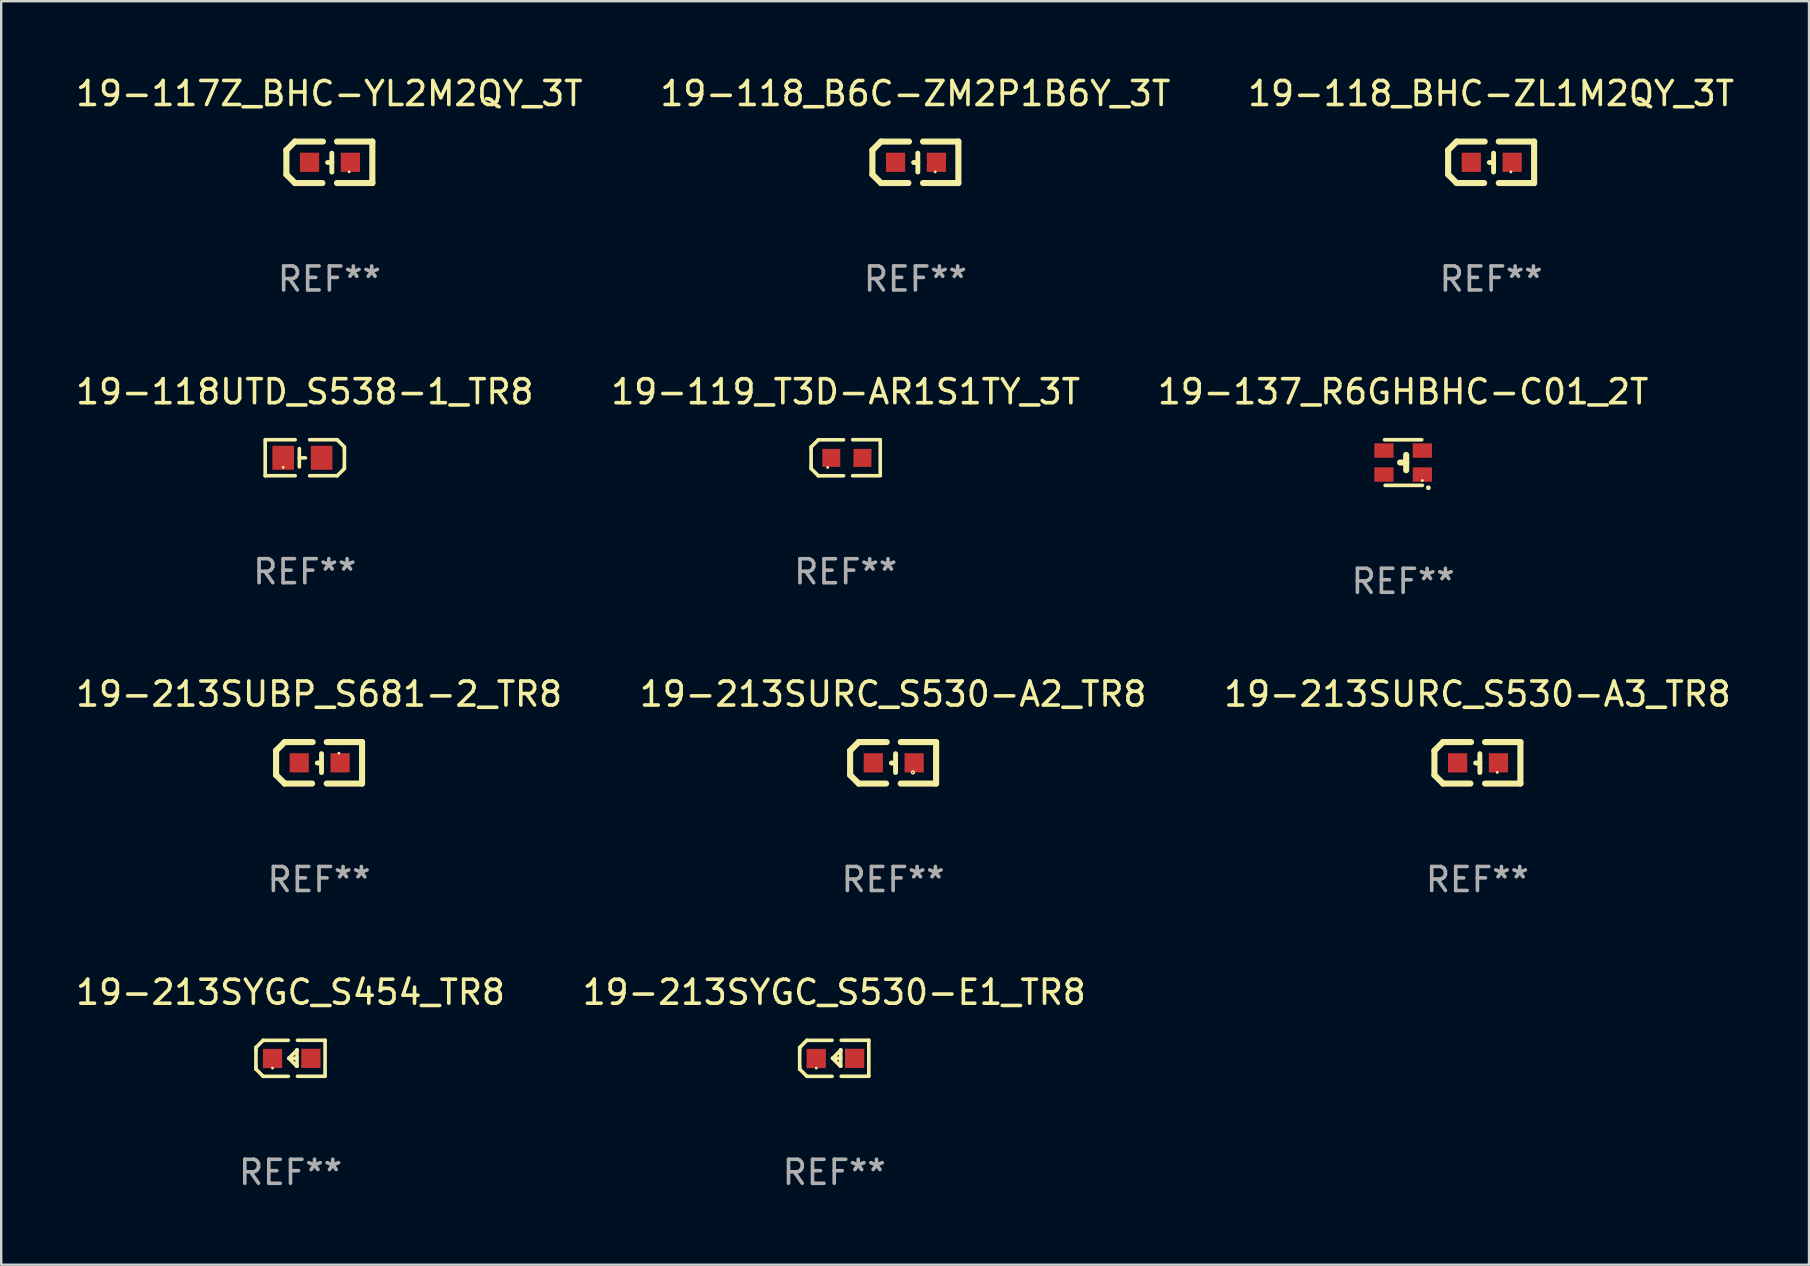
<source format=kicad_pcb>
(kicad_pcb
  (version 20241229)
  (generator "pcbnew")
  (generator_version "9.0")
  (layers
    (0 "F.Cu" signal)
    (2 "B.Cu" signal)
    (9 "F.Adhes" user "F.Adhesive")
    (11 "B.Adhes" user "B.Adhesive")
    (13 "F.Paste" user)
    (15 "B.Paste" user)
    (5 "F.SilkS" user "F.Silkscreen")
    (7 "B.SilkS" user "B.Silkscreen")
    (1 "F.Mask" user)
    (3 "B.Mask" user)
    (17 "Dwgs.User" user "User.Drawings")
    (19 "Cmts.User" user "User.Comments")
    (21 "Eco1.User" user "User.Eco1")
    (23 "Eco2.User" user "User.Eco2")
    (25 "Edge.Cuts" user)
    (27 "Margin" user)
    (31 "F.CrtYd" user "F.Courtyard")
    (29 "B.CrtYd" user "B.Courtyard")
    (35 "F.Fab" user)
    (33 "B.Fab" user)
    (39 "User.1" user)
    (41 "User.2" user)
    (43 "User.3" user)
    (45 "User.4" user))
  (footprint "19-118_B6C-ZM2P1B6Y_3T"
    (layer "F.Cu")
    (at 35.089 3.712)
    (property "Reference" "19-118_B6C-ZM2P1B6Y_3T" (at 0 -2.864 0) (layer "F.SilkS") (effects (font (size 1 1) (thickness 0.15))))
    (attr through_hole)
    (fp_line (start -1.791 -0.508) (end -1.435 -0.864) (stroke (width 0.254) (type solid)) (layer "F.SilkS"))
    (fp_line (start -1.791 0.508) (end -1.791 -0.508) (stroke (width 0.254) (type solid)) (layer "F.SilkS"))
    (fp_line (start -1.435 0.864) (end -1.791 0.508) (stroke (width 0.254) (type solid)) (layer "F.SilkS"))
    (fp_line (start -0.292 0.864) (end -1.435 0.864) (stroke (width 0.254) (type solid)) (layer "F.SilkS"))
    (fp_line (start -0.267 -0.864) (end -1.435 -0.864) (stroke (width 0.254) (type solid)) (layer "F.SilkS"))
    (fp_line (start 0.102 0.008) (end -0.074 0.008) (stroke (width 0.203) (type solid)) (layer "F.SilkS"))
    (fp_line (start 0.102 0.406) (end 0.102 -0.381) (stroke (width 0.203) (type solid)) (layer "F.SilkS"))
    (fp_line (start 1.791 -0.864) (end 0.318 -0.864) (stroke (width 0.254) (type solid)) (layer "F.SilkS"))
    (fp_line (start 1.791 0.864) (end 0.318 0.864) (stroke (width 0.254) (type solid)) (layer "F.SilkS"))
    (fp_line (start 1.791 0.864) (end 1.791 -0.864) (stroke (width 0.254) (type solid)) (layer "F.SilkS"))
    (fp_circle (center 0.825 0.4) (end 0.855 0.4) (stroke (width 0.06) (type solid)) (fill no) (layer "F.SilkS"))
    (fp_text user "REF**" (at 0 4.864 0) (layer "F.Fab") (effects (font (size 1 1) (thickness 0.15))))
    (pad "1" smd rect (at 0.876 0 90) (size 0.8 0.8) (layers "F.Cu" "F.Mask" "F.Paste"))
    (pad "2" smd rect (at -0.826 0 90) (size 0.8 0.8) (layers "F.Cu" "F.Mask" "F.Paste")))
  (footprint "19-119_T3D-AR1S1TY_3T"
    (layer "F.Cu")
    (at 32.185 16.023)
    (property "Reference" "19-119_T3D-AR1S1TY_3T" (at 0 -2.751 0) (layer "F.SilkS") (effects (font (size 1 1) (thickness 0.15))))
    (attr through_hole)
    (fp_line (start -1.44 -0.449) (end -1.14 -0.749) (stroke (width 0.15) (type solid)) (layer "F.SilkS"))
    (fp_line (start -1.44 -0.349) (end -1.44 -0.449) (stroke (width 0.15) (type solid)) (layer "F.SilkS"))
    (fp_line (start -1.44 -0.349) (end -1.44 0.351) (stroke (width 0.15) (type solid)) (layer "F.SilkS"))
    (fp_line (start -1.44 0.351) (end -1.44 0.451) (stroke (width 0.15) (type solid)) (layer "F.SilkS"))
    (fp_line (start -1.44 0.451) (end -1.14 0.751) (stroke (width 0.15) (type solid)) (layer "F.SilkS"))
    (fp_line (start -0.09 -0.749) (end -1.14 -0.749) (stroke (width 0.15) (type solid)) (layer "F.SilkS"))
    (fp_line (start -0.09 0.751) (end -1.14 0.751) (stroke (width 0.15) (type solid)) (layer "F.SilkS"))
    (fp_line (start 0.29 -0.751) (end 1.44 -0.751) (stroke (width 0.15) (type solid)) (layer "F.SilkS"))
    (fp_line (start 0.29 0.749) (end 1.44 0.749) (stroke (width 0.15) (type solid)) (layer "F.SilkS"))
    (fp_line (start 1.44 -0.751) (end 1.44 0.729) (stroke (width 0.15) (type solid)) (layer "F.SilkS"))
    (fp_circle (center -0.75 0.405) (end -0.72 0.405) (stroke (width 0.06) (type solid)) (fill no) (layer "F.SilkS"))
    (fp_text user "REF**" (at 0 4.751 0) (layer "F.Fab") (effects (font (size 1 1) (thickness 0.15))))
    (pad "1" smd rect (at -0.601 0.005 90) (size 0.75 0.75) (layers "F.Cu" "F.Mask" "F.Paste"))
    (pad "2" smd rect (at 0.699 0.005 90) (size 0.75 0.75) (layers "F.Cu" "F.Mask" "F.Paste")))
  (footprint "19-213SYGC_S454_TR8"
    (layer "F.Cu")
    (at 9.054 41.043)
    (property "Reference" "19-213SYGC_S454_TR8" (at 0 -2.751 0) (layer "F.SilkS") (effects (font (size 1 1) (thickness 0.15))))
    (attr through_hole)
    (fp_line (start -1.44 -0.449) (end -1.14 -0.749) (stroke (width 0.15) (type solid)) (layer "F.SilkS"))
    (fp_line (start -1.44 -0.349) (end -1.44 -0.449) (stroke (width 0.15) (type solid)) (layer "F.SilkS"))
    (fp_line (start -1.44 -0.349) (end -1.44 0.351) (stroke (width 0.15) (type solid)) (layer "F.SilkS"))
    (fp_line (start -1.44 0.351) (end -1.44 0.451) (stroke (width 0.15) (type solid)) (layer "F.SilkS"))
    (fp_line (start -1.44 0.451) (end -1.14 0.751) (stroke (width 0.15) (type solid)) (layer "F.SilkS"))
    (fp_line (start -0.09 -0.749) (end -1.14 -0.749) (stroke (width 0.15) (type solid)) (layer "F.SilkS"))
    (fp_line (start -0.09 0.751) (end -1.14 0.751) (stroke (width 0.15) (type solid)) (layer "F.SilkS"))
    (fp_line (start 0.26 0.329) (end -0.07 -0.001) (stroke (width 0.15) (type solid)) (layer "F.SilkS"))
    (fp_line (start 0.27 -0.351) (end 0.27 -0.341) (stroke (width 0.15) (type solid)) (layer "F.SilkS"))
    (fp_line (start 0.27 -0.351) (end 0.27 0.329) (stroke (width 0.15) (type solid)) (layer "F.SilkS"))
    (fp_line (start 0.27 -0.341) (end -0.07 -0.001) (stroke (width 0.15) (type solid)) (layer "F.SilkS"))
    (fp_line (start 0.27 -0.001) (end -0.07 -0.001) (stroke (width 0.15) (type solid)) (layer "F.SilkS"))
    (fp_line (start 0.27 0.329) (end 0.26 0.329) (stroke (width 0.15) (type solid)) (layer "F.SilkS"))
    (fp_line (start 0.29 -0.751) (end 1.44 -0.751) (stroke (width 0.15) (type solid)) (layer "F.SilkS"))
    (fp_line (start 0.29 0.749) (end 1.44 0.749) (stroke (width 0.15) (type solid)) (layer "F.SilkS"))
    (fp_line (start 1.44 -0.751) (end 1.44 0.729) (stroke (width 0.15) (type solid)) (layer "F.SilkS"))
    (fp_circle (center -0.75 0.409) (end -0.72 0.409) (stroke (width 0.06) (type solid)) (fill no) (layer "F.SilkS"))
    (fp_text user "REF**" (at 0 4.751 0) (layer "F.Fab") (effects (font (size 1 1) (thickness 0.15))))
    (pad "1" smd rect (at -0.75 0.009 90) (size 0.8 0.8) (layers "F.Cu" "F.Mask" "F.Paste"))
    (pad "2" smd rect (at 0.849 0.002 90) (size 0.8 0.8) (layers "F.Cu" "F.Mask" "F.Paste")))
  (footprint "19-213SUBP_S681-2_TR8"
    (layer "F.Cu")
    (at 10.244 28.732)
    (property "Reference" "19-213SUBP_S681-2_TR8" (at 0 -2.864 0) (layer "F.SilkS") (effects (font (size 1 1) (thickness 0.15))))
    (attr through_hole)
    (fp_line (start -1.791 -0.508) (end -1.435 -0.864) (stroke (width 0.254) (type solid)) (layer "F.SilkS"))
    (fp_line (start -1.791 0.508) (end -1.791 -0.508) (stroke (width 0.254) (type solid)) (layer "F.SilkS"))
    (fp_line (start -1.435 0.864) (end -1.791 0.508) (stroke (width 0.254) (type solid)) (layer "F.SilkS"))
    (fp_line (start -0.292 0.864) (end -1.435 0.864) (stroke (width 0.254) (type solid)) (layer "F.SilkS"))
    (fp_line (start -0.267 -0.864) (end -1.435 -0.864) (stroke (width 0.254) (type solid)) (layer "F.SilkS"))
    (fp_line (start 0.102 0.008) (end -0.074 0.008) (stroke (width 0.203) (type solid)) (layer "F.SilkS"))
    (fp_line (start 0.102 0.406) (end 0.102 -0.381) (stroke (width 0.203) (type solid)) (layer "F.SilkS"))
    (fp_line (start 1.791 -0.864) (end 0.318 -0.864) (stroke (width 0.254) (type solid)) (layer "F.SilkS"))
    (fp_line (start 1.791 0.864) (end 0.318 0.864) (stroke (width 0.254) (type solid)) (layer "F.SilkS"))
    (fp_line (start 1.791 0.864) (end 1.791 -0.864) (stroke (width 0.254) (type solid)) (layer "F.SilkS"))
    (fp_circle (center 0.825 -0.4) (end 0.855 -0.4) (stroke (width 0.06) (type solid)) (fill no) (layer "F.SilkS"))
    (fp_text user "REF**" (at 0 4.864 0) (layer "F.Fab") (effects (font (size 1 1) (thickness 0.15))))
    (pad "1" smd rect (at 0.876 0 90) (size 0.8 0.8) (layers "F.Cu" "F.Mask" "F.Paste"))
    (pad "2" smd rect (at -0.826 0 90) (size 0.8 0.8) (layers "F.Cu" "F.Mask" "F.Paste")))
  (footprint "19-118_BHC-ZL1M2QY_3T"
    (layer "F.Cu")
    (at 59.077 3.712)
    (property "Reference" "19-118_BHC-ZL1M2QY_3T" (at 0 -2.864 0) (layer "F.SilkS") (effects (font (size 1 1) (thickness 0.15))))
    (attr through_hole)
    (fp_line (start -1.791 -0.508) (end -1.435 -0.864) (stroke (width 0.254) (type solid)) (layer "F.SilkS"))
    (fp_line (start -1.791 0.508) (end -1.791 -0.508) (stroke (width 0.254) (type solid)) (layer "F.SilkS"))
    (fp_line (start -1.435 0.864) (end -1.791 0.508) (stroke (width 0.254) (type solid)) (layer "F.SilkS"))
    (fp_line (start -0.292 0.864) (end -1.435 0.864) (stroke (width 0.254) (type solid)) (layer "F.SilkS"))
    (fp_line (start -0.267 -0.864) (end -1.435 -0.864) (stroke (width 0.254) (type solid)) (layer "F.SilkS"))
    (fp_line (start 0.102 0.008) (end -0.074 0.008) (stroke (width 0.203) (type solid)) (layer "F.SilkS"))
    (fp_line (start 0.102 0.406) (end 0.102 -0.381) (stroke (width 0.203) (type solid)) (layer "F.SilkS"))
    (fp_line (start 1.791 -0.864) (end 0.318 -0.864) (stroke (width 0.254) (type solid)) (layer "F.SilkS"))
    (fp_line (start 1.791 0.864) (end 0.318 0.864) (stroke (width 0.254) (type solid)) (layer "F.SilkS"))
    (fp_line (start 1.791 0.864) (end 1.791 -0.864) (stroke (width 0.254) (type solid)) (layer "F.SilkS"))
    (fp_circle (center 0.825 0.4) (end 0.855 0.4) (stroke (width 0.06) (type solid)) (fill no) (layer "F.SilkS"))
    (fp_text user "REF**" (at 0 4.864 0) (layer "F.Fab") (effects (font (size 1 1) (thickness 0.15))))
    (pad "1" smd rect (at 0.876 0 90) (size 0.8 0.8) (layers "F.Cu" "F.Mask" "F.Paste"))
    (pad "2" smd rect (at -0.826 0 90) (size 0.8 0.8) (layers "F.Cu" "F.Mask" "F.Paste")))
  (footprint "19-213SURC_S530-A3_TR8"
    (layer "F.Cu")
    (at 58.506 28.732)
    (property "Reference" "19-213SURC_S530-A3_TR8" (at 0 -2.864 0) (layer "F.SilkS") (effects (font (size 1 1) (thickness 0.15))))
    (attr through_hole)
    (fp_line (start -1.791 -0.508) (end -1.435 -0.864) (stroke (width 0.254) (type solid)) (layer "F.SilkS"))
    (fp_line (start -1.791 0.508) (end -1.791 -0.508) (stroke (width 0.254) (type solid)) (layer "F.SilkS"))
    (fp_line (start -1.435 0.864) (end -1.791 0.508) (stroke (width 0.254) (type solid)) (layer "F.SilkS"))
    (fp_line (start -0.292 0.864) (end -1.435 0.864) (stroke (width 0.254) (type solid)) (layer "F.SilkS"))
    (fp_line (start -0.267 -0.864) (end -1.435 -0.864) (stroke (width 0.254) (type solid)) (layer "F.SilkS"))
    (fp_line (start 0.102 0.008) (end -0.074 0.008) (stroke (width 0.203) (type solid)) (layer "F.SilkS"))
    (fp_line (start 0.102 0.406) (end 0.102 -0.381) (stroke (width 0.203) (type solid)) (layer "F.SilkS"))
    (fp_line (start 1.791 -0.864) (end 0.318 -0.864) (stroke (width 0.254) (type solid)) (layer "F.SilkS"))
    (fp_line (start 1.791 0.864) (end 0.318 0.864) (stroke (width 0.254) (type solid)) (layer "F.SilkS"))
    (fp_line (start 1.791 0.864) (end 1.791 -0.864) (stroke (width 0.254) (type solid)) (layer "F.SilkS"))
    (fp_circle (center 0.825 0.4) (end 0.855 0.4) (stroke (width 0.06) (type solid)) (fill no) (layer "F.SilkS"))
    (fp_text user "REF**" (at 0 4.864 0) (layer "F.Fab") (effects (font (size 1 1) (thickness 0.15))))
    (pad "1" smd rect (at 0.876 0 90) (size 0.8 0.8) (layers "F.Cu" "F.Mask" "F.Paste"))
    (pad "2" smd rect (at -0.826 0 90) (size 0.8 0.8) (layers "F.Cu" "F.Mask" "F.Paste")))
  (footprint "19-213SYGC_S530-E1_TR8"
    (layer "F.Cu")
    (at 31.708 41.043)
    (property "Reference" "19-213SYGC_S530-E1_TR8" (at 0 -2.751 0) (layer "F.SilkS") (effects (font (size 1 1) (thickness 0.15))))
    (attr through_hole)
    (fp_line (start -1.44 -0.449) (end -1.14 -0.749) (stroke (width 0.15) (type solid)) (layer "F.SilkS"))
    (fp_line (start -1.44 -0.349) (end -1.44 -0.449) (stroke (width 0.15) (type solid)) (layer "F.SilkS"))
    (fp_line (start -1.44 -0.349) (end -1.44 0.351) (stroke (width 0.15) (type solid)) (layer "F.SilkS"))
    (fp_line (start -1.44 0.351) (end -1.44 0.451) (stroke (width 0.15) (type solid)) (layer "F.SilkS"))
    (fp_line (start -1.44 0.451) (end -1.14 0.751) (stroke (width 0.15) (type solid)) (layer "F.SilkS"))
    (fp_line (start -0.09 -0.749) (end -1.14 -0.749) (stroke (width 0.15) (type solid)) (layer "F.SilkS"))
    (fp_line (start -0.09 0.751) (end -1.14 0.751) (stroke (width 0.15) (type solid)) (layer "F.SilkS"))
    (fp_line (start 0.26 0.329) (end -0.07 -0.001) (stroke (width 0.15) (type solid)) (layer "F.SilkS"))
    (fp_line (start 0.27 -0.351) (end 0.27 -0.341) (stroke (width 0.15) (type solid)) (layer "F.SilkS"))
    (fp_line (start 0.27 -0.351) (end 0.27 0.329) (stroke (width 0.15) (type solid)) (layer "F.SilkS"))
    (fp_line (start 0.27 -0.341) (end -0.07 -0.001) (stroke (width 0.15) (type solid)) (layer "F.SilkS"))
    (fp_line (start 0.27 -0.001) (end -0.07 -0.001) (stroke (width 0.15) (type solid)) (layer "F.SilkS"))
    (fp_line (start 0.27 0.329) (end 0.26 0.329) (stroke (width 0.15) (type solid)) (layer "F.SilkS"))
    (fp_line (start 0.29 -0.751) (end 1.44 -0.751) (stroke (width 0.15) (type solid)) (layer "F.SilkS"))
    (fp_line (start 0.29 0.749) (end 1.44 0.749) (stroke (width 0.15) (type solid)) (layer "F.SilkS"))
    (fp_line (start 1.44 -0.751) (end 1.44 0.729) (stroke (width 0.15) (type solid)) (layer "F.SilkS"))
    (fp_circle (center -0.75 0.409) (end -0.72 0.409) (stroke (width 0.06) (type solid)) (fill no) (layer "F.SilkS"))
    (fp_text user "REF**" (at 0 4.751 0) (layer "F.Fab") (effects (font (size 1 1) (thickness 0.15))))
    (pad "1" smd rect (at -0.75 0.009 90) (size 0.8 0.8) (layers "F.Cu" "F.Mask" "F.Paste"))
    (pad "2" smd rect (at 0.849 0.002 90) (size 0.8 0.8) (layers "F.Cu" "F.Mask" "F.Paste")))
  (footprint "19-213SURC_S530-A2_TR8"
    (layer "F.Cu")
    (at 34.161 28.732)
    (property "Reference" "19-213SURC_S530-A2_TR8" (at 0 -2.864 0) (layer "F.SilkS") (effects (font (size 1 1) (thickness 0.15))))
    (attr through_hole)
    (fp_line (start -1.791 -0.508) (end -1.435 -0.864) (stroke (width 0.254) (type solid)) (layer "F.SilkS"))
    (fp_line (start -1.791 0.508) (end -1.791 -0.508) (stroke (width 0.254) (type solid)) (layer "F.SilkS"))
    (fp_line (start -1.435 0.864) (end -1.791 0.508) (stroke (width 0.254) (type solid)) (layer "F.SilkS"))
    (fp_line (start -0.292 0.864) (end -1.435 0.864) (stroke (width 0.254) (type solid)) (layer "F.SilkS"))
    (fp_line (start -0.267 -0.864) (end -1.435 -0.864) (stroke (width 0.254) (type solid)) (layer "F.SilkS"))
    (fp_line (start 0.102 0.008) (end -0.074 0.008) (stroke (width 0.203) (type solid)) (layer "F.SilkS"))
    (fp_line (start 0.102 0.406) (end 0.102 -0.381) (stroke (width 0.203) (type solid)) (layer "F.SilkS"))
    (fp_line (start 1.791 -0.864) (end 0.318 -0.864) (stroke (width 0.254) (type solid)) (layer "F.SilkS"))
    (fp_line (start 1.791 0.864) (end 0.318 0.864) (stroke (width 0.254) (type solid)) (layer "F.SilkS"))
    (fp_line (start 1.791 0.864) (end 1.791 -0.864) (stroke (width 0.254) (type solid)) (layer "F.SilkS"))
    (fp_circle (center 0.826 0.4) (end 0.855 0.4) (stroke (width 0.06) (type solid)) (fill no) (layer "F.SilkS"))
    (fp_text user "REF**" (at 0 4.864 0) (layer "F.Fab") (effects (font (size 1 1) (thickness 0.15))))
    (pad "1" smd rect (at 0.876 0 90) (size 0.8 0.8) (layers "F.Cu" "F.Mask" "F.Paste"))
    (pad "2" smd rect (at -0.826 0 90) (size 0.8 0.8) (layers "F.Cu" "F.Mask" "F.Paste")))
  (footprint "19-117Z_BHC-YL2M2QY_3T"
    (layer "F.Cu")
    (at 10.673 3.712)
    (property "Reference" "19-117Z_BHC-YL2M2QY_3T" (at 0 -2.864 0) (layer "F.SilkS") (effects (font (size 1 1) (thickness 0.15))))
    (attr through_hole)
    (fp_line (start -1.791 -0.508) (end -1.435 -0.864) (stroke (width 0.254) (type solid)) (layer "F.SilkS"))
    (fp_line (start -1.791 0.508) (end -1.791 -0.508) (stroke (width 0.254) (type solid)) (layer "F.SilkS"))
    (fp_line (start -1.435 0.864) (end -1.791 0.508) (stroke (width 0.254) (type solid)) (layer "F.SilkS"))
    (fp_line (start -0.292 0.864) (end -1.435 0.864) (stroke (width 0.254) (type solid)) (layer "F.SilkS"))
    (fp_line (start -0.267 -0.864) (end -1.435 -0.864) (stroke (width 0.254) (type solid)) (layer "F.SilkS"))
    (fp_line (start 0.102 0.008) (end -0.074 0.008) (stroke (width 0.203) (type solid)) (layer "F.SilkS"))
    (fp_line (start 0.102 0.406) (end 0.102 -0.381) (stroke (width 0.203) (type solid)) (layer "F.SilkS"))
    (fp_line (start 1.791 -0.864) (end 0.318 -0.864) (stroke (width 0.254) (type solid)) (layer "F.SilkS"))
    (fp_line (start 1.791 0.864) (end 0.318 0.864) (stroke (width 0.254) (type solid)) (layer "F.SilkS"))
    (fp_line (start 1.791 0.864) (end 1.791 -0.864) (stroke (width 0.254) (type solid)) (layer "F.SilkS"))
    (fp_circle (center 0.825 0.4) (end 0.855 0.4) (stroke (width 0.06) (type solid)) (fill no) (layer "F.SilkS"))
    (fp_text user "REF**" (at 0 4.864 0) (layer "F.Fab") (effects (font (size 1 1) (thickness 0.15))))
    (pad "1" smd rect (at 0.876 0 90) (size 0.8 0.8) (layers "F.Cu" "F.Mask" "F.Paste"))
    (pad "2" smd rect (at -0.826 0 90) (size 0.8 0.8) (layers "F.Cu" "F.Mask" "F.Paste")))
  (footprint "19-118UTD_S538-1_TR8"
    (layer "F.Cu")
    (at 9.649 16.022)
    (property "Reference" "19-118UTD_S538-1_TR8" (at 0 -2.75 0) (layer "F.SilkS") (effects (font (size 1 1) (thickness 0.15))))
    (attr through_hole)
    (fp_line (start -1.65 0.75) (end -1.65 -0.73) (stroke (width 0.15) (type solid)) (layer "F.SilkS"))
    (fp_line (start -0.4 -0.75) (end -1.65 -0.75) (stroke (width 0.15) (type solid)) (layer "F.SilkS"))
    (fp_line (start -0.4 0.75) (end -1.65 0.75) (stroke (width 0.15) (type solid)) (layer "F.SilkS"))
    (fp_line (start -0.227 -0.381) (end -0.227 0.381) (stroke (width 0.15) (type solid)) (layer "F.SilkS"))
    (fp_line (start -0.227 0.006) (end 0.027 0.006) (stroke (width 0.15) (type solid)) (layer "F.SilkS"))
    (fp_line (start 0.2 -0.75) (end 1.35 -0.75) (stroke (width 0.15) (type solid)) (layer "F.SilkS"))
    (fp_line (start 0.2 0.75) (end 1.35 0.75) (stroke (width 0.15) (type solid)) (layer "F.SilkS"))
    (fp_line (start 1.65 -0.45) (end 1.35 -0.75) (stroke (width 0.15) (type solid)) (layer "F.SilkS"))
    (fp_line (start 1.65 -0.35) (end 1.65 -0.45) (stroke (width 0.15) (type solid)) (layer "F.SilkS"))
    (fp_line (start 1.65 0.35) (end 1.65 -0.35) (stroke (width 0.15) (type solid)) (layer "F.SilkS"))
    (fp_line (start 1.65 0.35) (end 1.65 0.45) (stroke (width 0.15) (type solid)) (layer "F.SilkS"))
    (fp_line (start 1.65 0.45) (end 1.35 0.75) (stroke (width 0.15) (type solid)) (layer "F.SilkS"))
    (fp_circle (center -0.9 0.4) (end -0.87 0.4) (stroke (width 0.06) (type solid)) (fill no) (layer "F.SilkS"))
    (fp_text user "REF**" (at 0 4.75 0) (layer "F.Fab") (effects (font (size 1 1) (thickness 0.15))))
    (pad "1" smd rect (at -0.9 0.000025 270) (size 1 0.9) (layers "F.Cu" "F.Mask" "F.Paste"))
    (pad "2" smd rect (at 0.7 0.000025 270) (size 1 0.9) (layers "F.Cu" "F.Mask" "F.Paste")))
  (footprint "19-137_R6GHBHC-C01_2T"
    (layer "F.Cu")
    (at 55.411 16.222)
    (property "Reference" "19-137_R6GHBHC-C01_2T" (at 0 -2.95 0) (layer "F.SilkS") (effects (font (size 1 1) (thickness 0.15))))
    (attr through_hole)
    (fp_line (start -0.775 -0.95) (end 0.775 -0.95) (stroke (width 0.152) (type solid)) (layer "F.SilkS"))
    (fp_line (start -0.75 0.95) (end 0.8 0.95) (stroke (width 0.152) (type solid)) (layer "F.SilkS"))
    (fp_line (start 0.127 -0.317) (end 0.127 0.318) (stroke (width 0.254) (type solid)) (layer "F.SilkS"))
    (fp_line (start 0.127 -0.002) (end -0.127 -0.002) (stroke (width 0.254) (type solid)) (layer "F.SilkS"))
    (fp_circle (center 0.8 0.75) (end 0.83 0.75) (stroke (width 0.06) (type solid)) (fill no) (layer "F.SilkS"))
    (fp_circle (center 1.05 1.05) (end 1.1 1.05) (stroke (width 0.1) (type solid)) (fill no) (layer "F.SilkS"))
    (fp_text user "REF**" (at 0 4.95 0) (layer "F.Fab") (effects (font (size 1 1) (thickness 0.15))))
    (pad "1" smd rect (at 0.8 0.5) (size 0.8 0.6) (layers "F.Cu" "F.Mask" "F.Paste"))
    (pad "2" smd rect (at 0.8 -0.5) (size 0.8 0.6) (layers "F.Cu" "F.Mask" "F.Paste"))
    (pad "3" smd rect (at -0.8 -0.5) (size 0.8 0.6) (layers "F.Cu" "F.Mask" "F.Paste"))
    (pad "4" smd rect (at -0.8 0.5) (size 0.8 0.6) (layers "F.Cu" "F.Mask" "F.Paste")))
  (gr_rect
    (start -3 -3)
    (end 72.321 49.643)
    (stroke (width 0.1) (type default))
    (fill no)
    (layer "Edge.Cuts")))
</source>
